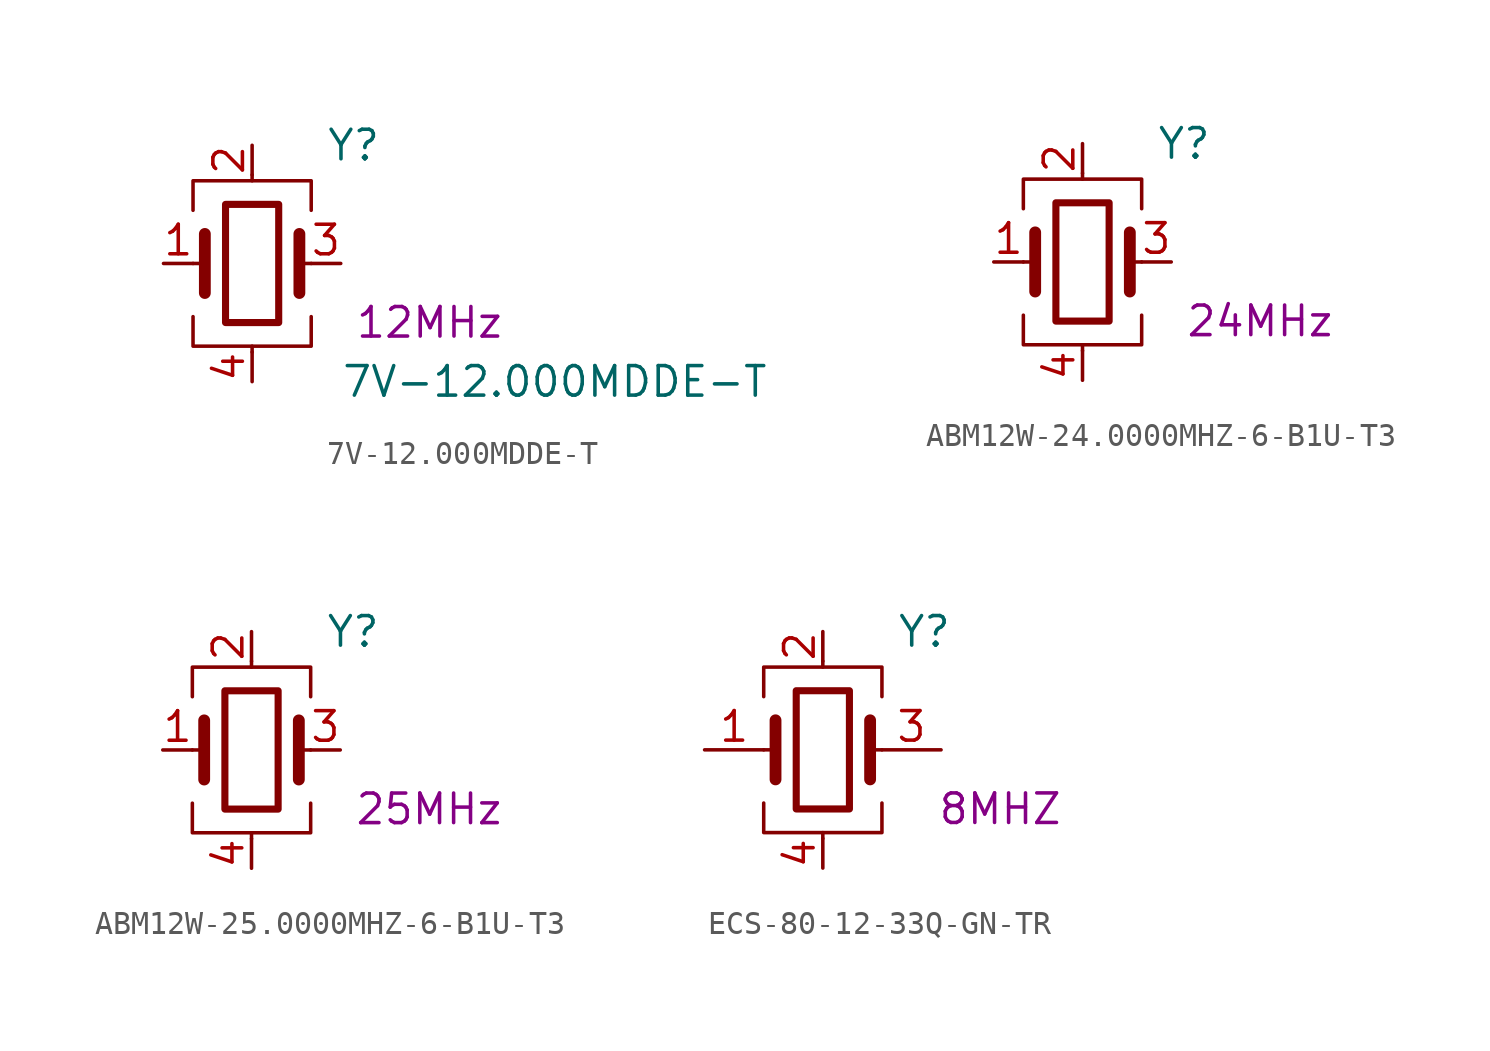
<source format=kicad_sym>
(kicad_symbol_lib
  (version 20211014)
  (generator kicad_symbol_editor)
  (symbol "7V-12.000MDDE-T"
    (pin_names
      (offset 1.016) hide)
    (property "Reference" "Y"
      (at 3.175 5.08 0)
      (effects (font (size 1.27 1.27)) (justify left)))
    (property "Value" "7V-12.000MDDE-T"
      (at 3.81 -5.08 0)
      (effects (font (size 1.27 1.27)) (justify left)))
    (property "Frequency" "12MHz"
      (at 7.62 -2.54 0)
      (effects (font (size 1.27 1.27))))
    (symbol "7V-12.000MDDE-T_0_1"
      (rectangle (start -1.143 2.54) (end 1.143 -2.54) (stroke (width 0.305) (type default) (color 0 0 0 0)) (fill (type none)))
      (polyline (pts (xy -2.54 0) (xy -2.032 0)) (stroke (width 0) (type default) (color 0 0 0 0)) (fill (type none)))
      (polyline (pts (xy -2.032 -1.27) (xy -2.032 1.27)) (stroke (width 0.508) (type default) (color 0 0 0 0)) (fill (type none)))
      (polyline (pts (xy 0 -3.81) (xy 0 -3.556)) (stroke (width 0) (type default) (color 0 0 0 0)) (fill (type none)))
      (polyline (pts (xy 0 3.556) (xy 0 3.81)) (stroke (width 0) (type default) (color 0 0 0 0)) (fill (type none)))
      (polyline (pts (xy 2.032 -1.27) (xy 2.032 1.27)) (stroke (width 0.508) (type default) (color 0 0 0 0)) (fill (type none)))
      (polyline (pts (xy 2.032 0) (xy 2.54 0)) (stroke (width 0) (type default) (color 0 0 0 0)) (fill (type none)))
      (polyline (pts (xy -2.54 -2.286) (xy -2.54 -3.556) (xy 2.54 -3.556) (xy 2.54 -2.286)) (stroke (width 0) (type default) (color 0 0 0 0)) (fill (type none)))
      (polyline (pts (xy -2.54 2.286) (xy -2.54 3.556) (xy 2.54 3.556) (xy 2.54 2.286)) (stroke (width 0) (type default) (color 0 0 0 0)) (fill (type none))))
    (symbol "7V-12.000MDDE-T_1_1"
      (pin passive line (at -3.81 0 0) (length 1.27) (name "1" (effects (font (size 1.27 1.27)))) (number "1" (effects (font (size 1.27 1.27)))))
      (pin passive line (at 0 5.08 270) (length 1.27) (name "2" (effects (font (size 1.27 1.27)))) (number "2" (effects (font (size 1.27 1.27)))))
      (pin passive line (at 3.81 0 180) (length 1.27) (name "3" (effects (font (size 1.27 1.27)))) (number "3" (effects (font (size 1.27 1.27)))))
      (pin passive line (at 0 -5.08 90) (length 1.27) (name "4" (effects (font (size 1.27 1.27)))) (number "4" (effects (font (size 1.27 1.27)))))))
  (symbol "ABM12W-24.0000MHZ-6-B1U-T3"
    (pin_names
      (offset 1.016) hide)
    (property "Reference" "Y"
      (at 3.175 5.08 0)
      (effects (font (size 1.27 1.27)) (justify left)))
    (property "Frequency" "24MHz"
      (at 7.62 -2.54 0)
      (effects (font (size 1.27 1.27))))
    (symbol "ABM12W-24.0000MHZ-6-B1U-T3_0_1"
      (rectangle (start -1.143 2.54) (end 1.143 -2.54) (stroke (width 0.305) (type default) (color 0 0 0 0)) (fill (type none)))
      (polyline (pts (xy -2.54 0) (xy -2.032 0)) (stroke (width 0) (type default) (color 0 0 0 0)) (fill (type none)))
      (polyline (pts (xy -2.032 -1.27) (xy -2.032 1.27)) (stroke (width 0.508) (type default) (color 0 0 0 0)) (fill (type none)))
      (polyline (pts (xy 0 -3.81) (xy 0 -3.556)) (stroke (width 0) (type default) (color 0 0 0 0)) (fill (type none)))
      (polyline (pts (xy 0 3.556) (xy 0 3.81)) (stroke (width 0) (type default) (color 0 0 0 0)) (fill (type none)))
      (polyline (pts (xy 2.032 -1.27) (xy 2.032 1.27)) (stroke (width 0.508) (type default) (color 0 0 0 0)) (fill (type none)))
      (polyline (pts (xy 2.032 0) (xy 2.54 0)) (stroke (width 0) (type default) (color 0 0 0 0)) (fill (type none)))
      (polyline (pts (xy -2.54 -2.286) (xy -2.54 -3.556) (xy 2.54 -3.556) (xy 2.54 -2.286)) (stroke (width 0) (type default) (color 0 0 0 0)) (fill (type none)))
      (polyline (pts (xy -2.54 2.286) (xy -2.54 3.556) (xy 2.54 3.556) (xy 2.54 2.286)) (stroke (width 0) (type default) (color 0 0 0 0)) (fill (type none))))
    (symbol "ABM12W-24.0000MHZ-6-B1U-T3_1_1"
      (pin passive line (at -3.81 0 0) (length 1.27) (name "1" (effects (font (size 1.27 1.27)))) (number "1" (effects (font (size 1.27 1.27)))))
      (pin passive line (at 0 5.08 270) (length 1.27) (name "2" (effects (font (size 1.27 1.27)))) (number "2" (effects (font (size 1.27 1.27)))))
      (pin passive line (at 3.81 0 180) (length 1.27) (name "3" (effects (font (size 1.27 1.27)))) (number "3" (effects (font (size 1.27 1.27)))))
      (pin passive line (at 0 -5.08 90) (length 1.27) (name "4" (effects (font (size 1.27 1.27)))) (number "4" (effects (font (size 1.27 1.27)))))))
  (symbol "ABM12W-25.0000MHZ-6-B1U-T3"
    (pin_names
      (offset 1.016) hide)
    (property "Reference" "Y"
      (at 3.175 5.08 0)
      (effects (font (size 1.27 1.27)) (justify left)))
    (property "Frequency" "25MHz"
      (at 7.62 -2.54 0)
      (effects (font (size 1.27 1.27))))
    (symbol "ABM12W-25.0000MHZ-6-B1U-T3_0_1"
      (rectangle (start -1.143 2.54) (end 1.143 -2.54) (stroke (width 0.305) (type default) (color 0 0 0 0)) (fill (type none)))
      (polyline (pts (xy -2.54 0) (xy -2.032 0)) (stroke (width 0) (type default) (color 0 0 0 0)) (fill (type none)))
      (polyline (pts (xy -2.032 -1.27) (xy -2.032 1.27)) (stroke (width 0.508) (type default) (color 0 0 0 0)) (fill (type none)))
      (polyline (pts (xy 0 -3.81) (xy 0 -3.556)) (stroke (width 0) (type default) (color 0 0 0 0)) (fill (type none)))
      (polyline (pts (xy 0 3.556) (xy 0 3.81)) (stroke (width 0) (type default) (color 0 0 0 0)) (fill (type none)))
      (polyline (pts (xy 2.032 -1.27) (xy 2.032 1.27)) (stroke (width 0.508) (type default) (color 0 0 0 0)) (fill (type none)))
      (polyline (pts (xy 2.032 0) (xy 2.54 0)) (stroke (width 0) (type default) (color 0 0 0 0)) (fill (type none)))
      (polyline (pts (xy -2.54 -2.286) (xy -2.54 -3.556) (xy 2.54 -3.556) (xy 2.54 -2.286)) (stroke (width 0) (type default) (color 0 0 0 0)) (fill (type none)))
      (polyline (pts (xy -2.54 2.286) (xy -2.54 3.556) (xy 2.54 3.556) (xy 2.54 2.286)) (stroke (width 0) (type default) (color 0 0 0 0)) (fill (type none))))
    (symbol "ABM12W-25.0000MHZ-6-B1U-T3_1_1"
      (pin passive line (at -3.81 0 0) (length 1.27) (name "1" (effects (font (size 1.27 1.27)))) (number "1" (effects (font (size 1.27 1.27)))))
      (pin passive line (at 0 5.08 270) (length 1.27) (name "2" (effects (font (size 1.27 1.27)))) (number "2" (effects (font (size 1.27 1.27)))))
      (pin passive line (at 3.81 0 180) (length 1.27) (name "3" (effects (font (size 1.27 1.27)))) (number "3" (effects (font (size 1.27 1.27)))))
      (pin passive line (at 0 -5.08 90) (length 1.27) (name "4" (effects (font (size 1.27 1.27)))) (number "4" (effects (font (size 1.27 1.27)))))))
  (symbol "ECS-80-12-33Q-GN-TR"
    (pin_names
      (offset 1.016) hide)
    (property "Reference" "Y"
      (at 3.175 5.08 0)
      (effects (font (size 1.27 1.27)) (justify left)))
    (property "Frequency" "8MHZ"
      (at 7.62 -2.54 0)
      (effects (font (size 1.27 1.27))))
    (symbol "ECS-80-12-33Q-GN-TR_0_1"
      (rectangle (start -1.143 2.54) (end 1.143 -2.54) (stroke (width 0.305) (type default) (color 0 0 0 0)) (fill (type none)))
      (polyline (pts (xy -2.54 0) (xy -2.032 0)) (stroke (width 0) (type default) (color 0 0 0 0)) (fill (type none)))
      (polyline (pts (xy -2.032 -1.27) (xy -2.032 1.27)) (stroke (width 0.508) (type default) (color 0 0 0 0)) (fill (type none)))
      (polyline (pts (xy 0 -3.81) (xy 0 -3.556)) (stroke (width 0) (type default) (color 0 0 0 0)) (fill (type none)))
      (polyline (pts (xy 0 3.556) (xy 0 3.81)) (stroke (width 0) (type default) (color 0 0 0 0)) (fill (type none)))
      (polyline (pts (xy 2.032 -1.27) (xy 2.032 1.27)) (stroke (width 0.508) (type default) (color 0 0 0 0)) (fill (type none)))
      (polyline (pts (xy 2.032 0) (xy 2.54 0)) (stroke (width 0) (type default) (color 0 0 0 0)) (fill (type none)))
      (polyline (pts (xy -2.54 -2.286) (xy -2.54 -3.556) (xy 2.54 -3.556) (xy 2.54 -2.286)) (stroke (width 0) (type default) (color 0 0 0 0)) (fill (type none)))
      (polyline (pts (xy -2.54 2.286) (xy -2.54 3.556) (xy 2.54 3.556) (xy 2.54 2.286)) (stroke (width 0) (type default) (color 0 0 0 0)) (fill (type none))))
    (symbol "ECS-80-12-33Q-GN-TR_1_1"
      (pin passive line (at -5.08 0 0) (length 2.54) (name "1" (effects (font (size 1.27 1.27)))) (number "1" (effects (font (size 1.27 1.27)))))
      (pin passive line (at 0 5.08 270) (length 1.27) (name "2" (effects (font (size 1.27 1.27)))) (number "2" (effects (font (size 1.27 1.27)))))
      (pin passive line (at 5.08 0 180) (length 2.54) (name "3" (effects (font (size 1.27 1.27)))) (number "3" (effects (font (size 1.27 1.27)))))
      (pin passive line (at 0 -5.08 90) (length 1.27) (name "4" (effects (font (size 1.27 1.27)))) (number "4" (effects (font (size 1.27 1.27))))))))
</source>
